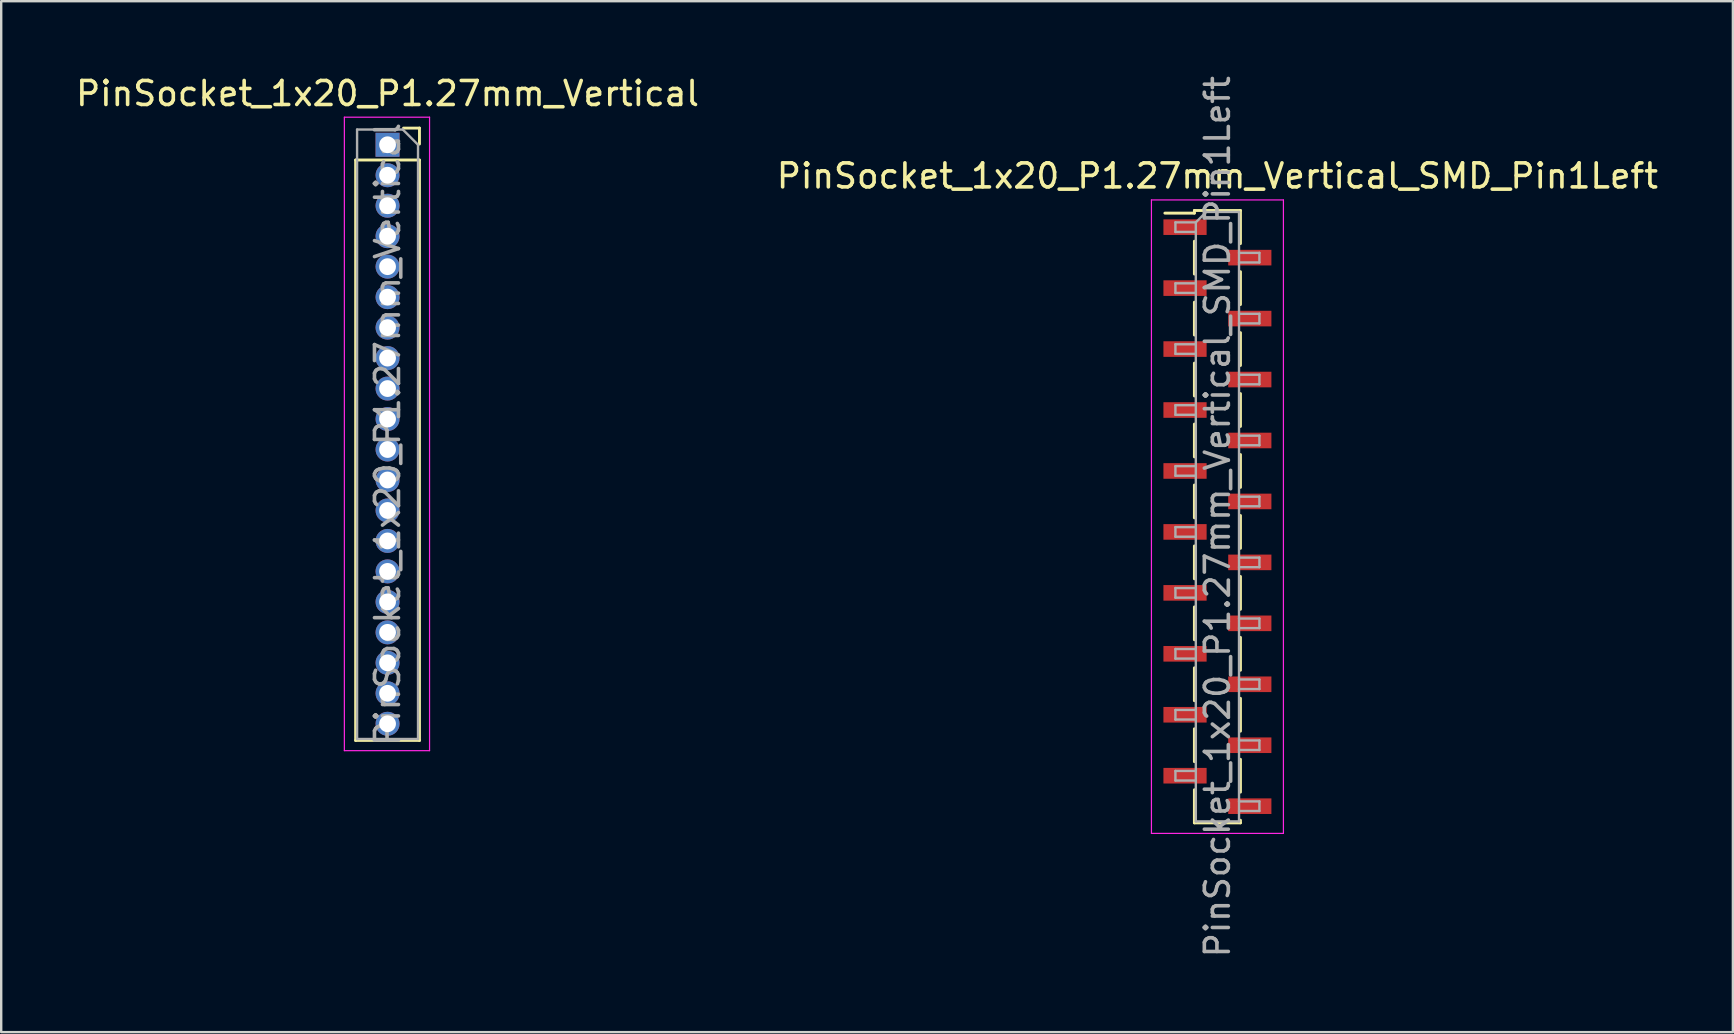
<source format=kicad_pcb>
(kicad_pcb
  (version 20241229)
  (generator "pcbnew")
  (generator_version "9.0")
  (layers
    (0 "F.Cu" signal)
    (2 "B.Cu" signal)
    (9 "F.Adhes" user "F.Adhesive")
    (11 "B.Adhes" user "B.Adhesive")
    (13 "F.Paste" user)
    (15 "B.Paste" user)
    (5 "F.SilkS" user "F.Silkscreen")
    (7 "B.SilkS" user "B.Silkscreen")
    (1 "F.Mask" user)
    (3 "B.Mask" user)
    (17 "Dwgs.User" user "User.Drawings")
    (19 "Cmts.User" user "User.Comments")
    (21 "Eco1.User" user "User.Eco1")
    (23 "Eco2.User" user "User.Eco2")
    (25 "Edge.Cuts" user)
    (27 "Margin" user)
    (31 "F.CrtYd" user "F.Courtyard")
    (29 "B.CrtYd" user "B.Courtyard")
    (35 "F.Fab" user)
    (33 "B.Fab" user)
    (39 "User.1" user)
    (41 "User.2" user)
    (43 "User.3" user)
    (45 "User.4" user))
  (footprint "PinSocket_1x20_P1.27mm_Vertical_SMD_Pin1Left"
    (layer "F.Cu")
    (at 47.685 18.482)
    (property "Reference" "PinSocket_1x20_P1.27mm_Vertical_SMD_Pin1Left" (at 0 -14.2 0) (layer "F.SilkS") (effects (font (size 1 1) (thickness 0.15))))
    (attr smd)
    (fp_line (start -2.19 -12.65) (end -0.96 -12.65) (stroke (width 0.12) (type solid)) (layer "F.SilkS"))
    (fp_line (start -0.96 -12.76) (end -0.96 -12.65) (stroke (width 0.12) (type solid)) (layer "F.SilkS"))
    (fp_line (start -0.96 -12.76) (end 0.96 -12.76) (stroke (width 0.12) (type solid)) (layer "F.SilkS"))
    (fp_line (start -0.96 -11.48) (end -0.96 -10.11) (stroke (width 0.12) (type solid)) (layer "F.SilkS"))
    (fp_line (start -0.96 -8.94) (end -0.96 -7.57) (stroke (width 0.12) (type solid)) (layer "F.SilkS"))
    (fp_line (start -0.96 -6.4) (end -0.96 -5.03) (stroke (width 0.12) (type solid)) (layer "F.SilkS"))
    (fp_line (start -0.96 -3.86) (end -0.96 -2.49) (stroke (width 0.12) (type solid)) (layer "F.SilkS"))
    (fp_line (start -0.96 -1.32) (end -0.96 0.05) (stroke (width 0.12) (type solid)) (layer "F.SilkS"))
    (fp_line (start -0.96 1.22) (end -0.96 2.59) (stroke (width 0.12) (type solid)) (layer "F.SilkS"))
    (fp_line (start -0.96 3.76) (end -0.96 5.13) (stroke (width 0.12) (type solid)) (layer "F.SilkS"))
    (fp_line (start -0.96 6.3) (end -0.96 7.67) (stroke (width 0.12) (type solid)) (layer "F.SilkS"))
    (fp_line (start -0.96 8.84) (end -0.96 10.21) (stroke (width 0.12) (type solid)) (layer "F.SilkS"))
    (fp_line (start -0.96 11.38) (end -0.96 12.76) (stroke (width 0.12) (type solid)) (layer "F.SilkS"))
    (fp_line (start -0.96 12.76) (end 0.96 12.76) (stroke (width 0.12) (type solid)) (layer "F.SilkS"))
    (fp_line (start 0.96 -12.76) (end 0.96 -11.38) (stroke (width 0.12) (type solid)) (layer "F.SilkS"))
    (fp_line (start 0.96 -10.21) (end 0.96 -8.84) (stroke (width 0.12) (type solid)) (layer "F.SilkS"))
    (fp_line (start 0.96 -7.67) (end 0.96 -6.3) (stroke (width 0.12) (type solid)) (layer "F.SilkS"))
    (fp_line (start 0.96 -5.13) (end 0.96 -3.76) (stroke (width 0.12) (type solid)) (layer "F.SilkS"))
    (fp_line (start 0.96 -2.59) (end 0.96 -1.22) (stroke (width 0.12) (type solid)) (layer "F.SilkS"))
    (fp_line (start 0.96 -0.05) (end 0.96 1.32) (stroke (width 0.12) (type solid)) (layer "F.SilkS"))
    (fp_line (start 0.96 2.49) (end 0.96 3.86) (stroke (width 0.12) (type solid)) (layer "F.SilkS"))
    (fp_line (start 0.96 5.03) (end 0.96 6.4) (stroke (width 0.12) (type solid)) (layer "F.SilkS"))
    (fp_line (start 0.96 7.57) (end 0.96 8.94) (stroke (width 0.12) (type solid)) (layer "F.SilkS"))
    (fp_line (start 0.96 10.11) (end 0.96 11.48) (stroke (width 0.12) (type solid)) (layer "F.SilkS"))
    (fp_line (start 0.96 12.65) (end 0.96 12.76) (stroke (width 0.12) (type solid)) (layer "F.SilkS"))
    (fp_line (start -2.75 -13.2) (end 2.75 -13.2) (stroke (width 0.05) (type solid)) (layer "F.CrtYd"))
    (fp_line (start -2.75 13.2) (end -2.75 -13.2) (stroke (width 0.05) (type solid)) (layer "F.CrtYd"))
    (fp_line (start 2.75 -13.2) (end 2.75 13.2) (stroke (width 0.05) (type solid)) (layer "F.CrtYd"))
    (fp_line (start 2.75 13.2) (end -2.75 13.2) (stroke (width 0.05) (type solid)) (layer "F.CrtYd"))
    (fp_line (start -1.75 -12.265) (end -0.9 -12.265) (stroke (width 0.1) (type solid)) (layer "F.Fab"))
    (fp_line (start -1.75 -11.865) (end -1.75 -12.265) (stroke (width 0.1) (type solid)) (layer "F.Fab"))
    (fp_line (start -1.75 -9.725) (end -0.9 -9.725) (stroke (width 0.1) (type solid)) (layer "F.Fab"))
    (fp_line (start -1.75 -9.325) (end -1.75 -9.725) (stroke (width 0.1) (type solid)) (layer "F.Fab"))
    (fp_line (start -1.75 -7.185) (end -0.9 -7.185) (stroke (width 0.1) (type solid)) (layer "F.Fab"))
    (fp_line (start -1.75 -6.785) (end -1.75 -7.185) (stroke (width 0.1) (type solid)) (layer "F.Fab"))
    (fp_line (start -1.75 -4.645) (end -0.9 -4.645) (stroke (width 0.1) (type solid)) (layer "F.Fab"))
    (fp_line (start -1.75 -4.245) (end -1.75 -4.645) (stroke (width 0.1) (type solid)) (layer "F.Fab"))
    (fp_line (start -1.75 -2.105) (end -0.9 -2.105) (stroke (width 0.1) (type solid)) (layer "F.Fab"))
    (fp_line (start -1.75 -1.705) (end -1.75 -2.105) (stroke (width 0.1) (type solid)) (layer "F.Fab"))
    (fp_line (start -1.75 0.435) (end -0.9 0.435) (stroke (width 0.1) (type solid)) (layer "F.Fab"))
    (fp_line (start -1.75 0.835) (end -1.75 0.435) (stroke (width 0.1) (type solid)) (layer "F.Fab"))
    (fp_line (start -1.75 2.975) (end -0.9 2.975) (stroke (width 0.1) (type solid)) (layer "F.Fab"))
    (fp_line (start -1.75 3.375) (end -1.75 2.975) (stroke (width 0.1) (type solid)) (layer "F.Fab"))
    (fp_line (start -1.75 5.515) (end -0.9 5.515) (stroke (width 0.1) (type solid)) (layer "F.Fab"))
    (fp_line (start -1.75 5.915) (end -1.75 5.515) (stroke (width 0.1) (type solid)) (layer "F.Fab"))
    (fp_line (start -1.75 8.055) (end -0.9 8.055) (stroke (width 0.1) (type solid)) (layer "F.Fab"))
    (fp_line (start -1.75 8.455) (end -1.75 8.055) (stroke (width 0.1) (type solid)) (layer "F.Fab"))
    (fp_line (start -1.75 10.595) (end -0.9 10.595) (stroke (width 0.1) (type solid)) (layer "F.Fab"))
    (fp_line (start -1.75 10.995) (end -1.75 10.595) (stroke (width 0.1) (type solid)) (layer "F.Fab"))
    (fp_line (start -0.9 -12.265) (end -0.465 -12.7) (stroke (width 0.1) (type solid)) (layer "F.Fab"))
    (fp_line (start -0.9 -11.865) (end -1.75 -11.865) (stroke (width 0.1) (type solid)) (layer "F.Fab"))
    (fp_line (start -0.9 -9.325) (end -1.75 -9.325) (stroke (width 0.1) (type solid)) (layer "F.Fab"))
    (fp_line (start -0.9 -6.785) (end -1.75 -6.785) (stroke (width 0.1) (type solid)) (layer "F.Fab"))
    (fp_line (start -0.9 -4.245) (end -1.75 -4.245) (stroke (width 0.1) (type solid)) (layer "F.Fab"))
    (fp_line (start -0.9 -1.705) (end -1.75 -1.705) (stroke (width 0.1) (type solid)) (layer "F.Fab"))
    (fp_line (start -0.9 0.835) (end -1.75 0.835) (stroke (width 0.1) (type solid)) (layer "F.Fab"))
    (fp_line (start -0.9 3.375) (end -1.75 3.375) (stroke (width 0.1) (type solid)) (layer "F.Fab"))
    (fp_line (start -0.9 5.915) (end -1.75 5.915) (stroke (width 0.1) (type solid)) (layer "F.Fab"))
    (fp_line (start -0.9 8.455) (end -1.75 8.455) (stroke (width 0.1) (type solid)) (layer "F.Fab"))
    (fp_line (start -0.9 10.995) (end -1.75 10.995) (stroke (width 0.1) (type solid)) (layer "F.Fab"))
    (fp_line (start -0.9 12.7) (end -0.9 -12.265) (stroke (width 0.1) (type solid)) (layer "F.Fab"))
    (fp_line (start -0.465 -12.7) (end 0.9 -12.7) (stroke (width 0.1) (type solid)) (layer "F.Fab"))
    (fp_line (start 0.9 -12.7) (end 0.9 12.7) (stroke (width 0.1) (type solid)) (layer "F.Fab"))
    (fp_line (start 0.9 -10.995) (end 1.75 -10.995) (stroke (width 0.1) (type solid)) (layer "F.Fab"))
    (fp_line (start 0.9 -8.455) (end 1.75 -8.455) (stroke (width 0.1) (type solid)) (layer "F.Fab"))
    (fp_line (start 0.9 -5.915) (end 1.75 -5.915) (stroke (width 0.1) (type solid)) (layer "F.Fab"))
    (fp_line (start 0.9 -3.375) (end 1.75 -3.375) (stroke (width 0.1) (type solid)) (layer "F.Fab"))
    (fp_line (start 0.9 -0.835) (end 1.75 -0.835) (stroke (width 0.1) (type solid)) (layer "F.Fab"))
    (fp_line (start 0.9 1.705) (end 1.75 1.705) (stroke (width 0.1) (type solid)) (layer "F.Fab"))
    (fp_line (start 0.9 4.245) (end 1.75 4.245) (stroke (width 0.1) (type solid)) (layer "F.Fab"))
    (fp_line (start 0.9 6.785) (end 1.75 6.785) (stroke (width 0.1) (type solid)) (layer "F.Fab"))
    (fp_line (start 0.9 9.325) (end 1.75 9.325) (stroke (width 0.1) (type solid)) (layer "F.Fab"))
    (fp_line (start 0.9 11.865) (end 1.75 11.865) (stroke (width 0.1) (type solid)) (layer "F.Fab"))
    (fp_line (start 0.9 12.7) (end -0.9 12.7) (stroke (width 0.1) (type solid)) (layer "F.Fab"))
    (fp_line (start 1.75 -10.995) (end 1.75 -10.595) (stroke (width 0.1) (type solid)) (layer "F.Fab"))
    (fp_line (start 1.75 -10.595) (end 0.9 -10.595) (stroke (width 0.1) (type solid)) (layer "F.Fab"))
    (fp_line (start 1.75 -8.455) (end 1.75 -8.055) (stroke (width 0.1) (type solid)) (layer "F.Fab"))
    (fp_line (start 1.75 -8.055) (end 0.9 -8.055) (stroke (width 0.1) (type solid)) (layer "F.Fab"))
    (fp_line (start 1.75 -5.915) (end 1.75 -5.515) (stroke (width 0.1) (type solid)) (layer "F.Fab"))
    (fp_line (start 1.75 -5.515) (end 0.9 -5.515) (stroke (width 0.1) (type solid)) (layer "F.Fab"))
    (fp_line (start 1.75 -3.375) (end 1.75 -2.975) (stroke (width 0.1) (type solid)) (layer "F.Fab"))
    (fp_line (start 1.75 -2.975) (end 0.9 -2.975) (stroke (width 0.1) (type solid)) (layer "F.Fab"))
    (fp_line (start 1.75 -0.835) (end 1.75 -0.435) (stroke (width 0.1) (type solid)) (layer "F.Fab"))
    (fp_line (start 1.75 -0.435) (end 0.9 -0.435) (stroke (width 0.1) (type solid)) (layer "F.Fab"))
    (fp_line (start 1.75 1.705) (end 1.75 2.105) (stroke (width 0.1) (type solid)) (layer "F.Fab"))
    (fp_line (start 1.75 2.105) (end 0.9 2.105) (stroke (width 0.1) (type solid)) (layer "F.Fab"))
    (fp_line (start 1.75 4.245) (end 1.75 4.645) (stroke (width 0.1) (type solid)) (layer "F.Fab"))
    (fp_line (start 1.75 4.645) (end 0.9 4.645) (stroke (width 0.1) (type solid)) (layer "F.Fab"))
    (fp_line (start 1.75 6.785) (end 1.75 7.185) (stroke (width 0.1) (type solid)) (layer "F.Fab"))
    (fp_line (start 1.75 7.185) (end 0.9 7.185) (stroke (width 0.1) (type solid)) (layer "F.Fab"))
    (fp_line (start 1.75 9.325) (end 1.75 9.725) (stroke (width 0.1) (type solid)) (layer "F.Fab"))
    (fp_line (start 1.75 9.725) (end 0.9 9.725) (stroke (width 0.1) (type solid)) (layer "F.Fab"))
    (fp_line (start 1.75 11.865) (end 1.75 12.265) (stroke (width 0.1) (type solid)) (layer "F.Fab"))
    (fp_line (start 1.75 12.265) (end 0.9 12.265) (stroke (width 0.1) (type solid)) (layer "F.Fab"))
    (fp_text user "${REFERENCE}" (at 0 0 90) (layer "F.Fab") (effects (font (size 1 1) (thickness 0.15))))
    (pad "1" smd rect (at -1.35 -12.065) (size 1.8 0.65) (layers "F.Cu" "F.Mask" "F.Paste"))
    (pad "2" smd rect (at 1.35 -10.795) (size 1.8 0.65) (layers "F.Cu" "F.Mask" "F.Paste"))
    (pad "3" smd rect (at -1.35 -9.525) (size 1.8 0.65) (layers "F.Cu" "F.Mask" "F.Paste"))
    (pad "4" smd rect (at 1.35 -8.255) (size 1.8 0.65) (layers "F.Cu" "F.Mask" "F.Paste"))
    (pad "5" smd rect (at -1.35 -6.985) (size 1.8 0.65) (layers "F.Cu" "F.Mask" "F.Paste"))
    (pad "6" smd rect (at 1.35 -5.715) (size 1.8 0.65) (layers "F.Cu" "F.Mask" "F.Paste"))
    (pad "7" smd rect (at -1.35 -4.445) (size 1.8 0.65) (layers "F.Cu" "F.Mask" "F.Paste"))
    (pad "8" smd rect (at 1.35 -3.175) (size 1.8 0.65) (layers "F.Cu" "F.Mask" "F.Paste"))
    (pad "9" smd rect (at -1.35 -1.905) (size 1.8 0.65) (layers "F.Cu" "F.Mask" "F.Paste"))
    (pad "10" smd rect (at 1.35 -0.635) (size 1.8 0.65) (layers "F.Cu" "F.Mask" "F.Paste"))
    (pad "11" smd rect (at -1.35 0.635) (size 1.8 0.65) (layers "F.Cu" "F.Mask" "F.Paste"))
    (pad "12" smd rect (at 1.35 1.905) (size 1.8 0.65) (layers "F.Cu" "F.Mask" "F.Paste"))
    (pad "13" smd rect (at -1.35 3.175) (size 1.8 0.65) (layers "F.Cu" "F.Mask" "F.Paste"))
    (pad "14" smd rect (at 1.35 4.445) (size 1.8 0.65) (layers "F.Cu" "F.Mask" "F.Paste"))
    (pad "15" smd rect (at -1.35 5.715) (size 1.8 0.65) (layers "F.Cu" "F.Mask" "F.Paste"))
    (pad "16" smd rect (at 1.35 6.985) (size 1.8 0.65) (layers "F.Cu" "F.Mask" "F.Paste"))
    (pad "17" smd rect (at -1.35 8.255) (size 1.8 0.65) (layers "F.Cu" "F.Mask" "F.Paste"))
    (pad "18" smd rect (at 1.35 9.525) (size 1.8 0.65) (layers "F.Cu" "F.Mask" "F.Paste"))
    (pad "19" smd rect (at -1.35 10.795) (size 1.8 0.65) (layers "F.Cu" "F.Mask" "F.Paste"))
    (pad "20" smd rect (at 1.35 12.065) (size 1.8 0.65) (layers "F.Cu" "F.Mask" "F.Paste")))
  (footprint "PinSocket_1x20_P1.27mm_Vertical"
    (layer "F.Cu")
    (at 13.101 2.983)
    (property "Reference" "PinSocket_1x20_P1.27mm_Vertical" (at 0 -2.135 0) (layer "F.SilkS") (effects (font (size 1 1) (thickness 0.15))))
    (attr through_hole)
    (fp_line (start -1.33 0.635) (end -1.33 24.825) (stroke (width 0.12) (type solid)) (layer "F.SilkS"))
    (fp_line (start -1.33 24.825) (end 1.33 24.825) (stroke (width 0.12) (type solid)) (layer "F.SilkS"))
    (fp_line (start 1.33 -0.695) (end 0.665 -0.695) (stroke (width 0.12) (type solid)) (layer "F.SilkS"))
    (fp_line (start 1.33 -0.03) (end 1.33 -0.695) (stroke (width 0.12) (type solid)) (layer "F.SilkS"))
    (fp_line (start 1.33 0.635) (end -1.33 0.635) (stroke (width 0.12) (type solid)) (layer "F.SilkS"))
    (fp_line (start 1.33 24.825) (end 1.33 0.635) (stroke (width 0.12) (type solid)) (layer "F.SilkS"))
    (fp_line (start -1.8 -1.15) (end 1.75 -1.15) (stroke (width 0.05) (type solid)) (layer "F.CrtYd"))
    (fp_line (start -1.8 25.25) (end -1.8 -1.15) (stroke (width 0.05) (type solid)) (layer "F.CrtYd"))
    (fp_line (start 1.75 -1.15) (end 1.75 25.25) (stroke (width 0.05) (type solid)) (layer "F.CrtYd"))
    (fp_line (start 1.75 25.25) (end -1.8 25.25) (stroke (width 0.05) (type solid)) (layer "F.CrtYd"))
    (fp_line (start -1.27 -0.635) (end 0.635 -0.635) (stroke (width 0.1) (type solid)) (layer "F.Fab"))
    (fp_line (start -1.27 24.765) (end -1.27 -0.635) (stroke (width 0.1) (type solid)) (layer "F.Fab"))
    (fp_line (start 0.635 -0.635) (end 1.27 0) (stroke (width 0.1) (type solid)) (layer "F.Fab"))
    (fp_line (start 1.27 0) (end 1.27 24.765) (stroke (width 0.1) (type solid)) (layer "F.Fab"))
    (fp_line (start 1.27 24.765) (end -1.27 24.765) (stroke (width 0.1) (type solid)) (layer "F.Fab"))
    (fp_text user "${REFERENCE}" (at 0 12.065 90) (layer "F.Fab") (effects (font (size 1 1) (thickness 0.15))))
    (pad "1" thru_hole rect (at 0 0) (size 1 1) (drill 0.7) (layers "*.Cu" "*.Mask"))
    (pad "2" thru_hole oval (at 0 1.27) (size 1 1) (drill 0.7) (layers "*.Cu" "*.Mask"))
    (pad "3" thru_hole oval (at 0 2.54) (size 1 1) (drill 0.7) (layers "*.Cu" "*.Mask"))
    (pad "4" thru_hole oval (at 0 3.81) (size 1 1) (drill 0.7) (layers "*.Cu" "*.Mask"))
    (pad "5" thru_hole oval (at 0 5.08) (size 1 1) (drill 0.7) (layers "*.Cu" "*.Mask"))
    (pad "6" thru_hole oval (at 0 6.35) (size 1 1) (drill 0.7) (layers "*.Cu" "*.Mask"))
    (pad "7" thru_hole oval (at 0 7.62) (size 1 1) (drill 0.7) (layers "*.Cu" "*.Mask"))
    (pad "8" thru_hole oval (at 0 8.89) (size 1 1) (drill 0.7) (layers "*.Cu" "*.Mask"))
    (pad "9" thru_hole oval (at 0 10.16) (size 1 1) (drill 0.7) (layers "*.Cu" "*.Mask"))
    (pad "10" thru_hole oval (at 0 11.43) (size 1 1) (drill 0.7) (layers "*.Cu" "*.Mask"))
    (pad "11" thru_hole oval (at 0 12.7) (size 1 1) (drill 0.7) (layers "*.Cu" "*.Mask"))
    (pad "12" thru_hole oval (at 0 13.97) (size 1 1) (drill 0.7) (layers "*.Cu" "*.Mask"))
    (pad "13" thru_hole oval (at 0 15.24) (size 1 1) (drill 0.7) (layers "*.Cu" "*.Mask"))
    (pad "14" thru_hole oval (at 0 16.51) (size 1 1) (drill 0.7) (layers "*.Cu" "*.Mask"))
    (pad "15" thru_hole oval (at 0 17.78) (size 1 1) (drill 0.7) (layers "*.Cu" "*.Mask"))
    (pad "16" thru_hole oval (at 0 19.05) (size 1 1) (drill 0.7) (layers "*.Cu" "*.Mask"))
    (pad "17" thru_hole oval (at 0 20.32) (size 1 1) (drill 0.7) (layers "*.Cu" "*.Mask"))
    (pad "18" thru_hole oval (at 0 21.59) (size 1 1) (drill 0.7) (layers "*.Cu" "*.Mask"))
    (pad "19" thru_hole oval (at 0 22.86) (size 1 1) (drill 0.7) (layers "*.Cu" "*.Mask"))
    (pad "20" thru_hole oval (at 0 24.13) (size 1 1) (drill 0.7) (layers "*.Cu" "*.Mask")))
  (gr_rect
    (start -3 -3)
    (end 69.167 39.964)
    (stroke (width 0.1) (type default))
    (fill no)
    (layer "Edge.Cuts")))
</source>
